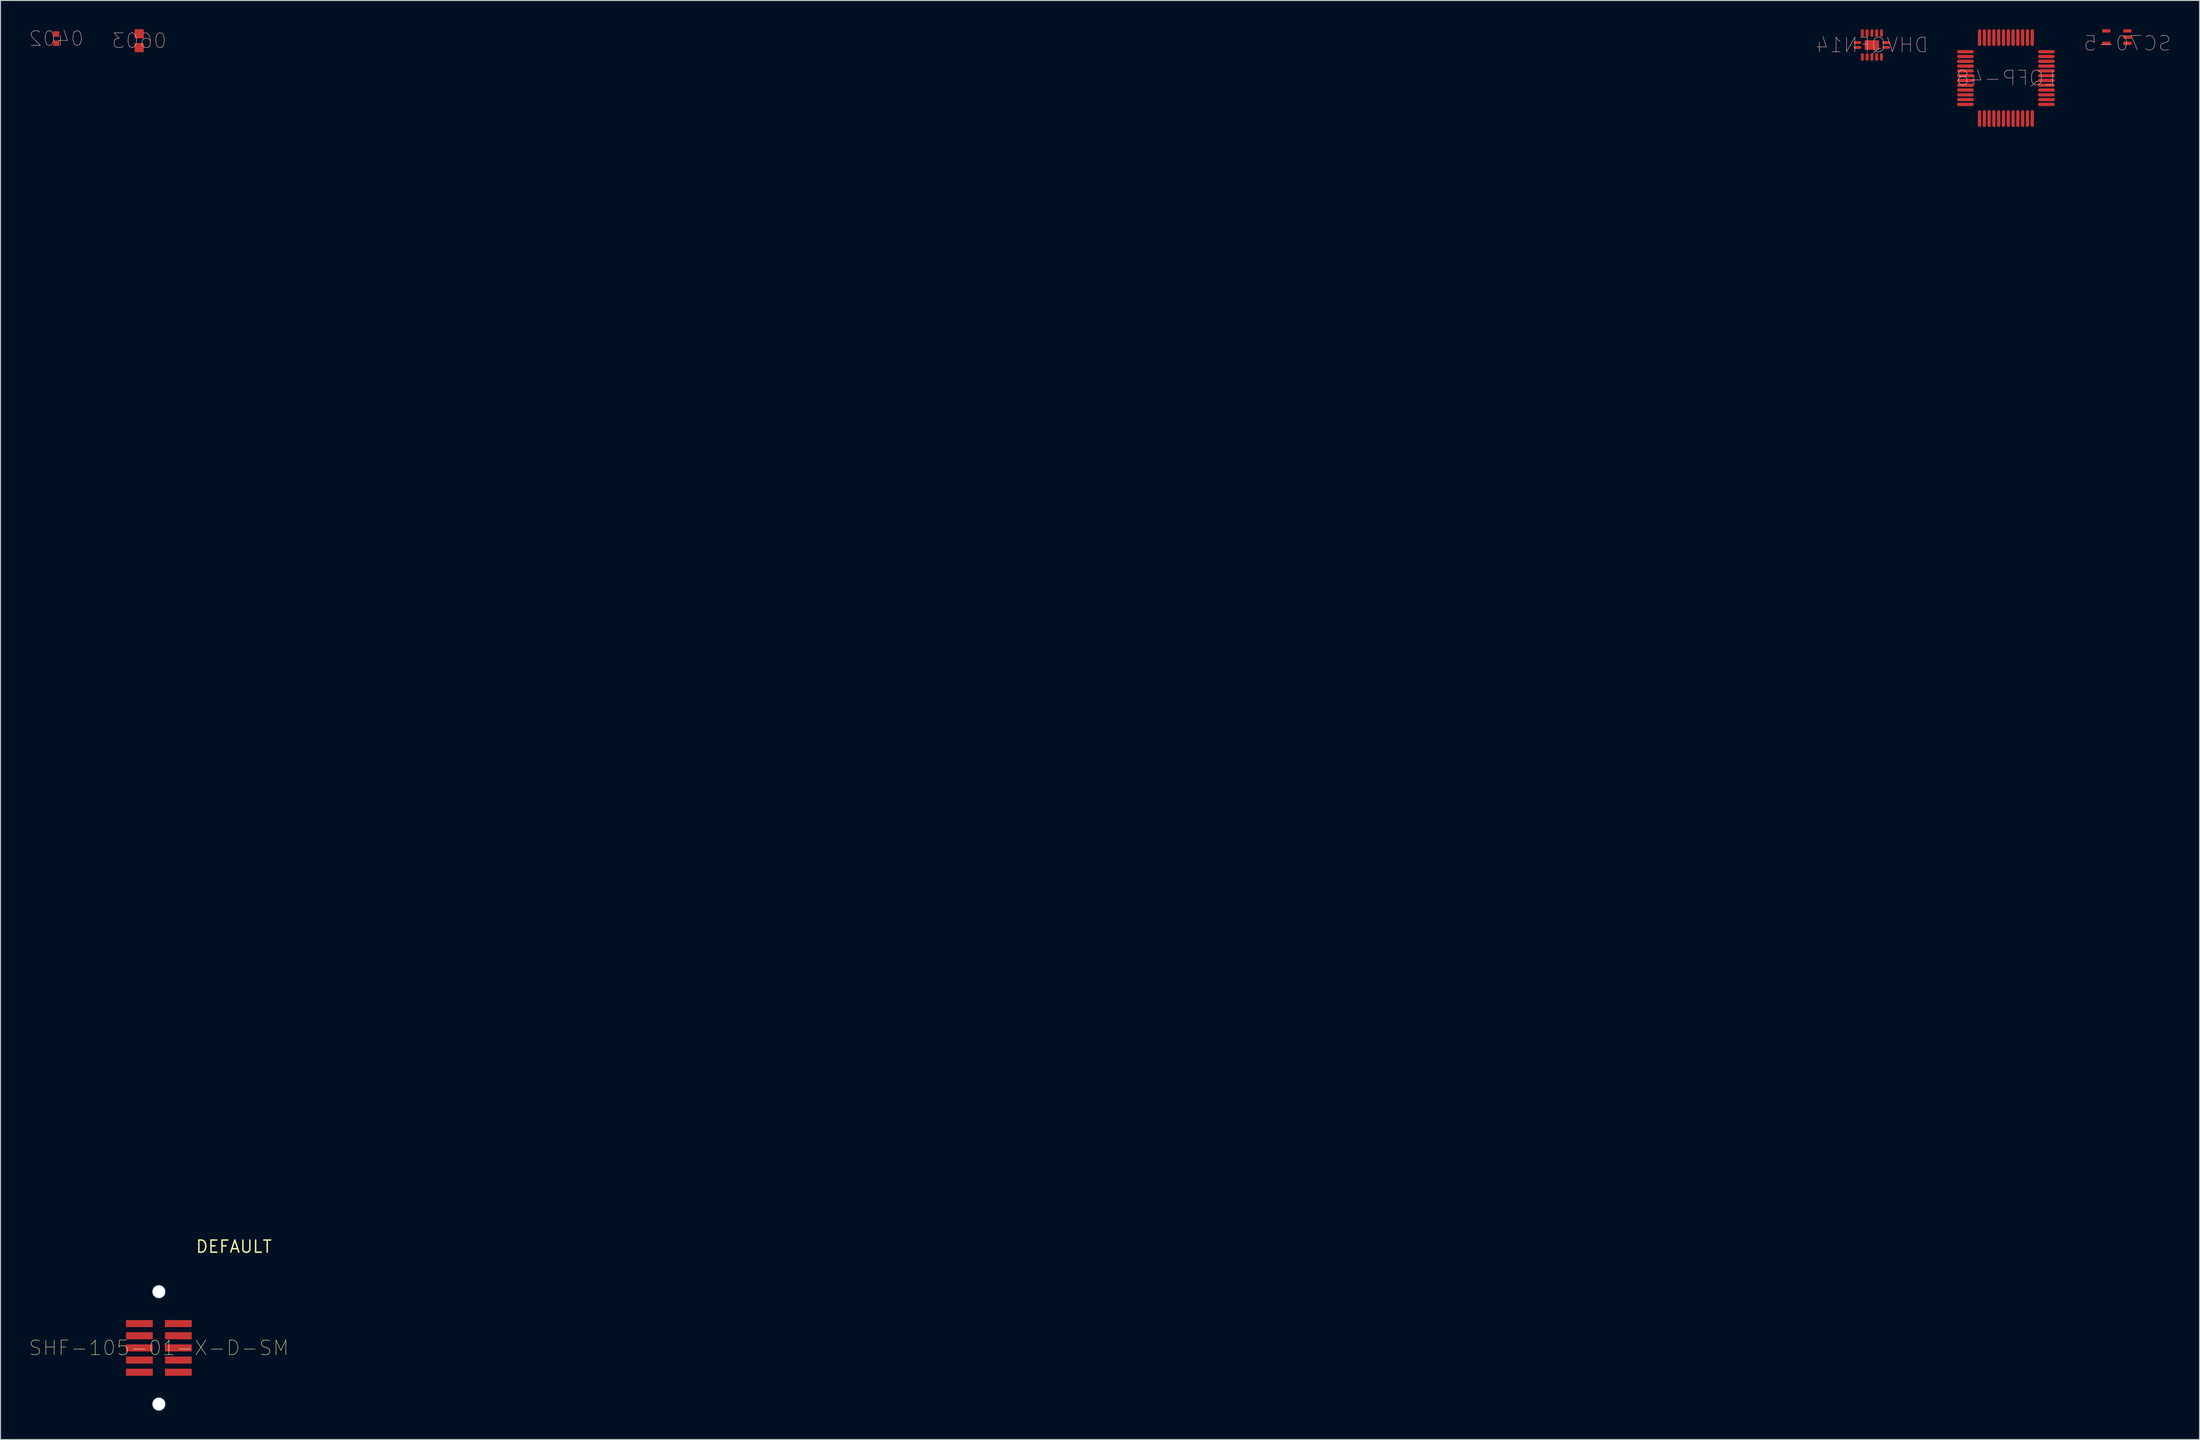
<source format=kicad_pcb>
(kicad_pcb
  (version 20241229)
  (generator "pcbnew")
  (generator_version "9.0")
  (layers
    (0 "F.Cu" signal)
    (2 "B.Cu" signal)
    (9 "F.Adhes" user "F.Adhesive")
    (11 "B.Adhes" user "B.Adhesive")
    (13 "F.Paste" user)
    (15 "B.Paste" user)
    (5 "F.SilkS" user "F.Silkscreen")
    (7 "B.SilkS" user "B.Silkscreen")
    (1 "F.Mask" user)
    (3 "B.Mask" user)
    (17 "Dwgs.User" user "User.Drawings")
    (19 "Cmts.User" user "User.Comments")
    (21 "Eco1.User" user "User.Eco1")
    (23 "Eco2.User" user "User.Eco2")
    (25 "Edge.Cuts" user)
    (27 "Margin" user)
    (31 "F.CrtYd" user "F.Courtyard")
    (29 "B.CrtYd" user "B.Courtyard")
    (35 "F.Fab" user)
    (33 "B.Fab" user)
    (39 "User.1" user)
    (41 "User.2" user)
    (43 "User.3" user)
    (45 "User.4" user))
  (footprint "SHF-105-01-X-D-SM"
    (layer "F.Cu")
    (at 13.53 137.673)
    (property "Reference" "SHF-105-01-X-D-SM" (at 0 0 0) (layer "F.SilkS") (effects (font (size 1.524 1.524) (thickness 0.05))))
    (attr smd)
    (pad "0" thru_hole circle (at 0 -5.867 90) (size 1.4 1.4) (drill 1.3) (layers "*.Mask" "F.Cu"))
    (pad "0" thru_hole circle (at 0 5.867 90) (size 1.4 1.4) (drill 1.3) (layers "*.Mask" "F.Cu"))
    (pad "1" smd rect (at 2.032 2.54 180) (size 2.794 0.737) (layers "F.Cu" "F.Mask" "F.Paste"))
    (pad "2" smd rect (at -2.032 2.54 180) (size 2.794 0.737) (layers "F.Cu" "F.Mask" "F.Paste"))
    (pad "3" smd rect (at 2.032 1.27 180) (size 2.794 0.737) (layers "F.Cu" "F.Mask" "F.Paste"))
    (pad "4" smd rect (at -2.032 1.27 180) (size 2.794 0.737) (layers "F.Cu" "F.Mask" "F.Paste"))
    (pad "5" smd rect (at 2.032 0 180) (size 2.794 0.737) (layers "F.Cu" "F.Mask" "F.Paste"))
    (pad "6" smd rect (at -2.032 0 180) (size 2.794 0.737) (layers "F.Cu" "F.Mask" "F.Paste"))
    (pad "7" smd rect (at 2.032 -1.27 180) (size 2.794 0.737) (layers "F.Cu" "F.Mask" "F.Paste"))
    (pad "8" smd rect (at -2.032 -1.27 180) (size 2.794 0.737) (layers "F.Cu" "F.Mask" "F.Paste"))
    (pad "9" smd rect (at 2.032 -2.54 180) (size 2.794 0.737) (layers "F.Cu" "F.Mask" "F.Paste"))
    (pad "10" smd rect (at -2.032 -2.54 180) (size 2.794 0.737) (layers "F.Cu" "F.Mask" "F.Paste")))
  (footprint "LQFP-48"
    (layer "F.Cu")
    (at 206.283 5.1)
    (property "Reference" "LQFP-48" (at 0 0 0) (layer "B.SilkS") (effects (font (size 1.524 1.524) (thickness 0.05)) (justify mirror)))
    (attr smd)
    (pad "1" smd oval (at -2.75 4.225 180) (size 0.35 1.75) (layers "F.Cu" "F.Mask" "F.Paste"))
    (pad "2" smd oval (at -2.25 4.225 180) (size 0.35 1.75) (layers "F.Cu" "F.Mask" "F.Paste"))
    (pad "3" smd oval (at -1.75 4.225 180) (size 0.35 1.75) (layers "F.Cu" "F.Mask" "F.Paste"))
    (pad "4" smd oval (at -1.25 4.225 180) (size 0.35 1.75) (layers "F.Cu" "F.Mask" "F.Paste"))
    (pad "5" smd oval (at -0.75 4.225 180) (size 0.35 1.75) (layers "F.Cu" "F.Mask" "F.Paste"))
    (pad "6" smd oval (at -0.25 4.225 180) (size 0.35 1.75) (layers "F.Cu" "F.Mask" "F.Paste"))
    (pad "7" smd oval (at 0.25 4.225 180) (size 0.35 1.75) (layers "F.Cu" "F.Mask" "F.Paste"))
    (pad "8" smd oval (at 0.75 4.225 180) (size 0.35 1.75) (layers "F.Cu" "F.Mask" "F.Paste"))
    (pad "9" smd oval (at 1.25 4.225 180) (size 0.35 1.75) (layers "F.Cu" "F.Mask" "F.Paste"))
    (pad "10" smd oval (at 1.75 4.225 180) (size 0.35 1.75) (layers "F.Cu" "F.Mask" "F.Paste"))
    (pad "11" smd oval (at 2.25 4.225 180) (size 0.35 1.75) (layers "F.Cu" "F.Mask" "F.Paste"))
    (pad "12" smd oval (at 2.75 4.225 180) (size 0.35 1.75) (layers "F.Cu" "F.Mask" "F.Paste"))
    (pad "13" smd oval (at 4.225 2.75 90) (size 0.35 1.75) (layers "F.Cu" "F.Mask" "F.Paste"))
    (pad "14" smd oval (at 4.225 2.25 90) (size 0.35 1.75) (layers "F.Cu" "F.Mask" "F.Paste"))
    (pad "15" smd oval (at 4.225 1.75 90) (size 0.35 1.75) (layers "F.Cu" "F.Mask" "F.Paste"))
    (pad "16" smd oval (at 4.225 1.25 90) (size 0.35 1.75) (layers "F.Cu" "F.Mask" "F.Paste"))
    (pad "17" smd oval (at 4.225 0.75 90) (size 0.35 1.75) (layers "F.Cu" "F.Mask" "F.Paste"))
    (pad "18" smd oval (at 4.225 0.25 90) (size 0.35 1.75) (layers "F.Cu" "F.Mask" "F.Paste"))
    (pad "19" smd oval (at 4.225 -0.25 90) (size 0.35 1.75) (layers "F.Cu" "F.Mask" "F.Paste"))
    (pad "20" smd oval (at 4.225 -0.75 90) (size 0.35 1.75) (layers "F.Cu" "F.Mask" "F.Paste"))
    (pad "21" smd oval (at 4.225 -1.25 90) (size 0.35 1.75) (layers "F.Cu" "F.Mask" "F.Paste"))
    (pad "22" smd oval (at 4.225 -1.75 90) (size 0.35 1.75) (layers "F.Cu" "F.Mask" "F.Paste"))
    (pad "23" smd oval (at 4.225 -2.25 90) (size 0.35 1.75) (layers "F.Cu" "F.Mask" "F.Paste"))
    (pad "24" smd oval (at 4.225 -2.75 90) (size 0.35 1.75) (layers "F.Cu" "F.Mask" "F.Paste"))
    (pad "25" smd oval (at 2.75 -4.225 180) (size 0.35 1.75) (layers "F.Cu" "F.Mask" "F.Paste"))
    (pad "26" smd oval (at 2.25 -4.225 180) (size 0.35 1.75) (layers "F.Cu" "F.Mask" "F.Paste"))
    (pad "27" smd oval (at 1.75 -4.225 180) (size 0.35 1.75) (layers "F.Cu" "F.Mask" "F.Paste"))
    (pad "28" smd oval (at 1.25 -4.225 180) (size 0.35 1.75) (layers "F.Cu" "F.Mask" "F.Paste"))
    (pad "29" smd oval (at 0.75 -4.225 180) (size 0.35 1.75) (layers "F.Cu" "F.Mask" "F.Paste"))
    (pad "30" smd oval (at 0.25 -4.225 180) (size 0.35 1.75) (layers "F.Cu" "F.Mask" "F.Paste"))
    (pad "31" smd oval (at -0.25 -4.225 180) (size 0.35 1.75) (layers "F.Cu" "F.Mask" "F.Paste"))
    (pad "32" smd oval (at -0.75 -4.225 180) (size 0.35 1.75) (layers "F.Cu" "F.Mask" "F.Paste"))
    (pad "33" smd oval (at -1.25 -4.225 180) (size 0.35 1.75) (layers "F.Cu" "F.Mask" "F.Paste"))
    (pad "34" smd oval (at -1.75 -4.225 180) (size 0.35 1.75) (layers "F.Cu" "F.Mask" "F.Paste"))
    (pad "35" smd oval (at -2.25 -4.225 180) (size 0.35 1.75) (layers "F.Cu" "F.Mask" "F.Paste"))
    (pad "36" smd oval (at -2.75 -4.225 180) (size 0.35 1.75) (layers "F.Cu" "F.Mask" "F.Paste"))
    (pad "37" smd oval (at -4.225 -2.75 90) (size 0.35 1.75) (layers "F.Cu" "F.Mask" "F.Paste"))
    (pad "38" smd oval (at -4.225 -2.25 90) (size 0.35 1.75) (layers "F.Cu" "F.Mask" "F.Paste"))
    (pad "39" smd oval (at -4.225 -1.75 90) (size 0.35 1.75) (layers "F.Cu" "F.Mask" "F.Paste"))
    (pad "40" smd oval (at -4.225 -1.25 90) (size 0.35 1.75) (layers "F.Cu" "F.Mask" "F.Paste"))
    (pad "41" smd oval (at -4.225 -0.75 90) (size 0.35 1.75) (layers "F.Cu" "F.Mask" "F.Paste"))
    (pad "42" smd oval (at -4.225 -0.25 90) (size 0.35 1.75) (layers "F.Cu" "F.Mask" "F.Paste"))
    (pad "43" smd oval (at -4.225 0.25 90) (size 0.35 1.75) (layers "F.Cu" "F.Mask" "F.Paste"))
    (pad "44" smd oval (at -4.225 0.75 90) (size 0.35 1.75) (layers "F.Cu" "F.Mask" "F.Paste"))
    (pad "45" smd oval (at -4.225 1.25 90) (size 0.35 1.75) (layers "F.Cu" "F.Mask" "F.Paste"))
    (pad "46" smd oval (at -4.225 1.75 90) (size 0.35 1.75) (layers "F.Cu" "F.Mask" "F.Paste"))
    (pad "47" smd oval (at -4.225 2.25 90) (size 0.35 1.75) (layers "F.Cu" "F.Mask" "F.Paste"))
    (pad "48" smd oval (at -4.225 2.75 90) (size 0.35 1.75) (layers "F.Cu" "F.Mask" "F.Paste")))
  (footprint "0603"
    (layer "F.Cu")
    (at 11.476 1.2)
    (property "Reference" "0603" (at 0 0 0) (layer "B.SilkS") (effects (font (size 1.524 1.524) (thickness 0.05)) (justify mirror)))
    (attr smd)
    (pad "1" smd rect (at 0 0.725 180) (size 0.95 0.95) (layers "F.Cu" "F.Mask" "F.Paste"))
    (pad "2" smd rect (at 0 -0.725 180) (size 0.95 0.95) (layers "F.Cu" "F.Mask" "F.Paste")))
  (footprint "DEFAULT"
    (layer "F.Cu")
    (at 21.361 127.1)
    (property "Reference" "DEFAULT" (at 0 0 0) (layer "F.SilkS") (effects (font (size 1.27 1.27) (thickness 0.15))))
    (attr smd)
    (pad "M" thru_hole circle (at 161 -126 180) (size 0.001 0.001) (drill 2.2) (layers "*.Cu" "*.Paste" "*.Mask"))
    (pad "M" thru_hole circle (at 161 -111.55 180) (size 0.001 0.001) (drill 2.2) (layers "*.Cu" "*.Paste" "*.Mask")))
  (footprint "0402"
    (layer "F.Cu")
    (at 2.825 0.979)
    (property "Reference" "0402" (at 0 0 0) (layer "B.SilkS") (effects (font (size 1.524 1.524) (thickness 0.05)) (justify mirror)))
    (attr smd)
    (pad "1" smd rect (at 0 0.48 180) (size 0.62 0.57) (layers "F.Cu" "F.Mask" "F.Paste"))
    (pad "2" smd rect (at 0 -0.48 180) (size 0.62 0.57) (layers "F.Cu" "F.Mask" "F.Paste")))
  (footprint "SC70-5"
    (layer "F.Cu")
    (at 218.962 1.475)
    (property "Reference" "SC70-5" (at 0 0 0) (layer "B.SilkS") (effects (font (size 1.524 1.524) (thickness 0.05)) (justify mirror)))
    (attr smd)
    (pad "1" smd rect (at 0 0 270) (size 0.35 0.85) (layers "F.Cu" "F.Mask" "F.Paste"))
    (pad "2" smd rect (at 0 -0.65 270) (size 0.35 0.85) (layers "F.Cu" "F.Mask" "F.Paste"))
    (pad "3" smd rect (at 0 -1.3 270) (size 0.35 0.85) (layers "F.Cu" "F.Mask" "F.Paste"))
    (pad "4" smd rect (at -2.2 -1.3 270) (size 0.35 0.85) (layers "F.Cu" "F.Mask" "F.Paste"))
    (pad "5" smd rect (at -2.2 0 270) (size 0.35 0.85) (layers "F.Cu" "F.Mask" "F.Paste")))
  (footprint "DHVQFN14"
    (layer "F.Cu")
    (at 192.298 1.65)
    (property "Reference" "DHVQFN14" (at 0 0 0) (layer "B.SilkS") (effects (font (size 1.524 1.524) (thickness 0.05)) (justify mirror)))
    (attr smd)
    (pad "1" smd oval (at 1.5 -0.25 270) (size 0.3 0.8) (layers "F.Cu" "F.Mask" "F.Paste"))
    (pad "2" smd oval (at 1 -1.25) (size 0.3 0.8) (layers "F.Cu" "F.Mask" "F.Paste"))
    (pad "3" smd oval (at 0.5 -1.25) (size 0.3 0.8) (layers "F.Cu" "F.Mask" "F.Paste"))
    (pad "4" smd oval (at 0 -1.25) (size 0.3 0.8) (layers "F.Cu" "F.Mask" "F.Paste"))
    (pad "5" smd oval (at -0.5 -1.25) (size 0.3 0.8) (layers "F.Cu" "F.Mask" "F.Paste"))
    (pad "6" smd oval (at -1 -1.25) (size 0.3 0.8) (layers "F.Cu" "F.Mask" "F.Paste"))
    (pad "7" smd oval (at -1.5 -0.25 270) (size 0.3 0.8) (layers "F.Cu" "F.Mask" "F.Paste"))
    (pad "8" smd oval (at -1.5 0.25 270) (size 0.3 0.8) (layers "F.Cu" "F.Mask" "F.Paste"))
    (pad "9" smd oval (at -1 1.25) (size 0.3 0.8) (layers "F.Cu" "F.Mask" "F.Paste"))
    (pad "10" smd oval (at -0.5 1.25) (size 0.3 0.8) (layers "F.Cu" "F.Mask" "F.Paste"))
    (pad "11" smd oval (at 0 1.25) (size 0.3 0.8) (layers "F.Cu" "F.Mask" "F.Paste"))
    (pad "12" smd oval (at 0.5 1.25) (size 0.3 0.8) (layers "F.Cu" "F.Mask" "F.Paste"))
    (pad "13" smd oval (at 1 1.25) (size 0.3 0.8) (layers "F.Cu" "F.Mask" "F.Paste"))
    (pad "14" smd oval (at 1.5 0.25 270) (size 0.3 0.8) (layers "F.Cu" "F.Mask" "F.Paste"))
    (pad "15" smd rect (at 0 0 270) (size 1 1.5) (layers "F.Cu" "F.Mask" "F.Paste")))
  (gr_rect
    (start -3 -3)
    (end 226.493 147.241)
    (stroke (width 0.1) (type default))
    (fill no)
    (layer "Edge.Cuts")))
</source>
